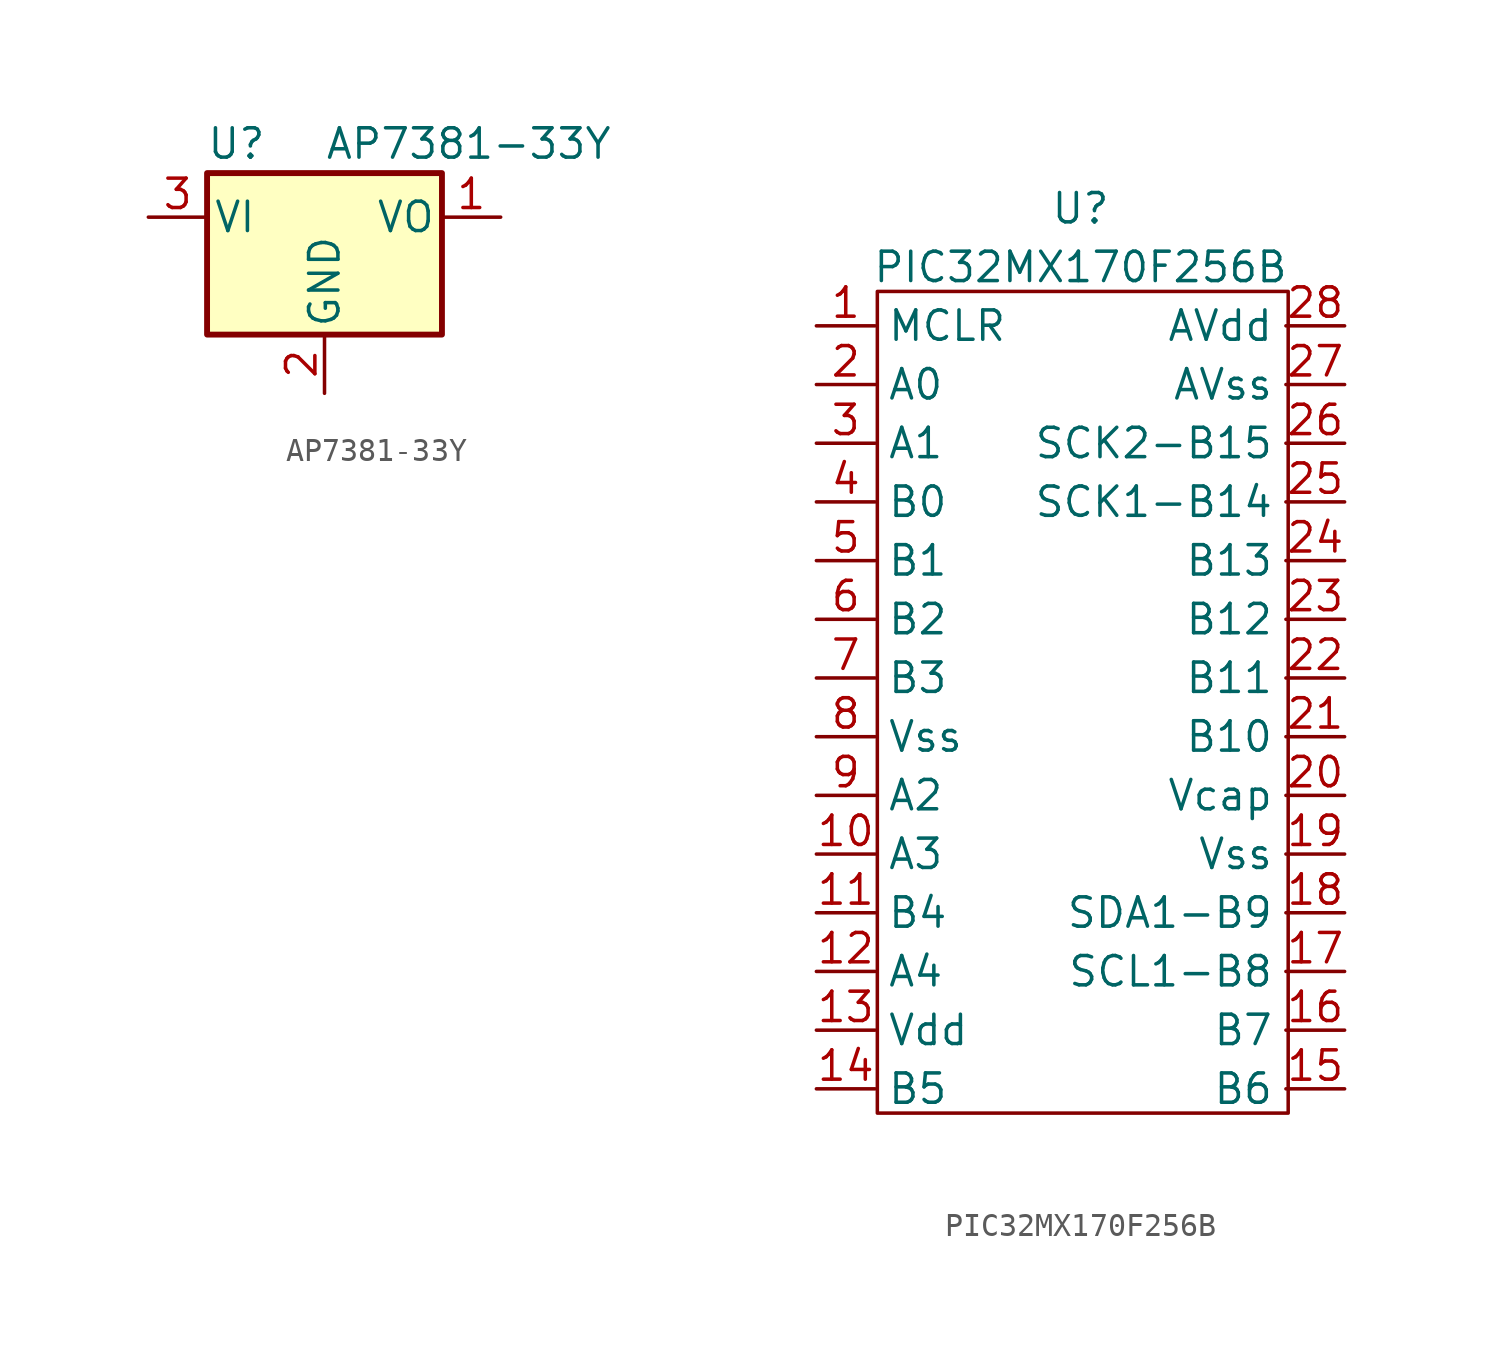
<source format=kicad_sym>
(kicad_symbol_lib
  (version 20220914)
  (generator kicad_symbol_editor)
  (symbol "AP7381-33Y"
    (pin_names
      (offset 0.254))
    (property "Reference" "U"
      (at -3.81 3.175 0)
      (effects (font (size 1.27 1.27))))
    (property "Value" "AP7381-33Y"
      (at 0 3.175 0)
      (effects (font (size 1.27 1.27)) (justify left)))
    (symbol "AP7381-33Y_0_1"
      (rectangle (start -5.08 1.905) (end 5.08 -5.08) (stroke (width 0.254) (type default)) (fill (type background))))
    (symbol "AP7381-33Y_1_1"
      (pin power_out line (at 7.62 0 180) (length 2.54) (name "VO" (effects (font (size 1.27 1.27)))) (number "1" (effects (font (size 1.27 1.27)))))
      (pin power_in line (at 0 -7.62 90) (length 2.54) (name "GND" (effects (font (size 1.27 1.27)))) (number "2" (effects (font (size 1.27 1.27)))))
      (pin power_in line (at -7.62 0 0) (length 2.54) (name "VI" (effects (font (size 1.27 1.27)))) (number "3" (effects (font (size 1.27 1.27)))))))
  (symbol "PIC32MX170F256B"
    (property "Reference" "U"
      (at 0 7.62 0)
      (effects (font (size 1.27 1.27))))
    (property "Value" "PIC32MX170F256B"
      (at 0 5.08 0)
      (effects (font (size 1.27 1.27))))
    (symbol "PIC32MX170F256B_0_1"
      (rectangle (start -8.792 4.029) (end 8.988 -31.531) (stroke (width 0) (type default)) (fill (type none))))
    (symbol "PIC32MX170F256B_1_1"
      (pin input line (at -11.43 2.54 0) (length 2.54) (name "MCLR" (effects (font (size 1.27 1.27)))) (number "1" (effects (font (size 1.27 1.27)))))
      (pin input line (at -11.43 -20.32 0) (length 2.54) (name "A3" (effects (font (size 1.27 1.27)))) (number "10" (effects (font (size 1.27 1.27)))))
      (pin input line (at -11.43 -22.86 0) (length 2.54) (name "B4" (effects (font (size 1.27 1.27)))) (number "11" (effects (font (size 1.27 1.27)))))
      (pin input line (at -11.43 -25.4 0) (length 2.54) (name "A4" (effects (font (size 1.27 1.27)))) (number "12" (effects (font (size 1.27 1.27)))))
      (pin input line (at -11.43 -27.94 0) (length 2.54) (name "Vdd" (effects (font (size 1.27 1.27)))) (number "13" (effects (font (size 1.27 1.27)))))
      (pin input line (at -11.43 -30.48 0) (length 2.54) (name "B5" (effects (font (size 1.27 1.27)))) (number "14" (effects (font (size 1.27 1.27)))))
      (pin input line (at 11.43 -30.48 180) (length 2.54) (name "B6" (effects (font (size 1.27 1.27)))) (number "15" (effects (font (size 1.27 1.27)))))
      (pin input line (at 11.43 -27.94 180) (length 2.54) (name "B7" (effects (font (size 1.27 1.27)))) (number "16" (effects (font (size 1.27 1.27)))))
      (pin input line (at 11.43 -25.4 180) (length 2.54) (name "SCL1-B8" (effects (font (size 1.27 1.27)))) (number "17" (effects (font (size 1.27 1.27)))))
      (pin input line (at 11.43 -22.86 180) (length 2.54) (name "SDA1-B9" (effects (font (size 1.27 1.27)))) (number "18" (effects (font (size 1.27 1.27)))))
      (pin input line (at 11.43 -20.32 180) (length 2.54) (name "Vss" (effects (font (size 1.27 1.27)))) (number "19" (effects (font (size 1.27 1.27)))))
      (pin input line (at -11.43 0 0) (length 2.54) (name "A0" (effects (font (size 1.27 1.27)))) (number "2" (effects (font (size 1.27 1.27)))))
      (pin input line (at 11.43 -17.78 180) (length 2.54) (name "Vcap" (effects (font (size 1.27 1.27)))) (number "20" (effects (font (size 1.27 1.27)))))
      (pin input line (at 11.43 -15.24 180) (length 2.54) (name "B10" (effects (font (size 1.27 1.27)))) (number "21" (effects (font (size 1.27 1.27)))))
      (pin input line (at 11.43 -12.7 180) (length 2.54) (name "B11" (effects (font (size 1.27 1.27)))) (number "22" (effects (font (size 1.27 1.27)))))
      (pin input line (at 11.43 -10.16 180) (length 2.54) (name "B12" (effects (font (size 1.27 1.27)))) (number "23" (effects (font (size 1.27 1.27)))))
      (pin input line (at 11.43 -7.62 180) (length 2.54) (name "B13" (effects (font (size 1.27 1.27)))) (number "24" (effects (font (size 1.27 1.27)))))
      (pin input line (at 11.43 -5.08 180) (length 2.54) (name "SCK1-B14" (effects (font (size 1.27 1.27)))) (number "25" (effects (font (size 1.27 1.27)))))
      (pin input line (at 11.43 -2.54 180) (length 2.54) (name "SCK2-B15" (effects (font (size 1.27 1.27)))) (number "26" (effects (font (size 1.27 1.27)))))
      (pin input line (at 11.43 0 180) (length 2.54) (name "AVss" (effects (font (size 1.27 1.27)))) (number "27" (effects (font (size 1.27 1.27)))))
      (pin input line (at 11.43 2.54 180) (length 2.54) (name "AVdd" (effects (font (size 1.27 1.27)))) (number "28" (effects (font (size 1.27 1.27)))))
      (pin input line (at -11.43 -2.54 0) (length 2.54) (name "A1" (effects (font (size 1.27 1.27)))) (number "3" (effects (font (size 1.27 1.27)))))
      (pin input line (at -11.43 -5.08 0) (length 2.54) (name "B0" (effects (font (size 1.27 1.27)))) (number "4" (effects (font (size 1.27 1.27)))))
      (pin input line (at -11.43 -7.62 0) (length 2.54) (name "B1" (effects (font (size 1.27 1.27)))) (number "5" (effects (font (size 1.27 1.27)))))
      (pin input line (at -11.43 -10.16 0) (length 2.54) (name "B2" (effects (font (size 1.27 1.27)))) (number "6" (effects (font (size 1.27 1.27)))))
      (pin input line (at -11.43 -12.7 0) (length 2.54) (name "B3" (effects (font (size 1.27 1.27)))) (number "7" (effects (font (size 1.27 1.27)))))
      (pin input line (at -11.43 -15.24 0) (length 2.54) (name "Vss" (effects (font (size 1.27 1.27)))) (number "8" (effects (font (size 1.27 1.27)))))
      (pin input line (at -11.43 -17.78 0) (length 2.54) (name "A2" (effects (font (size 1.27 1.27)))) (number "9" (effects (font (size 1.27 1.27))))))))
</source>
